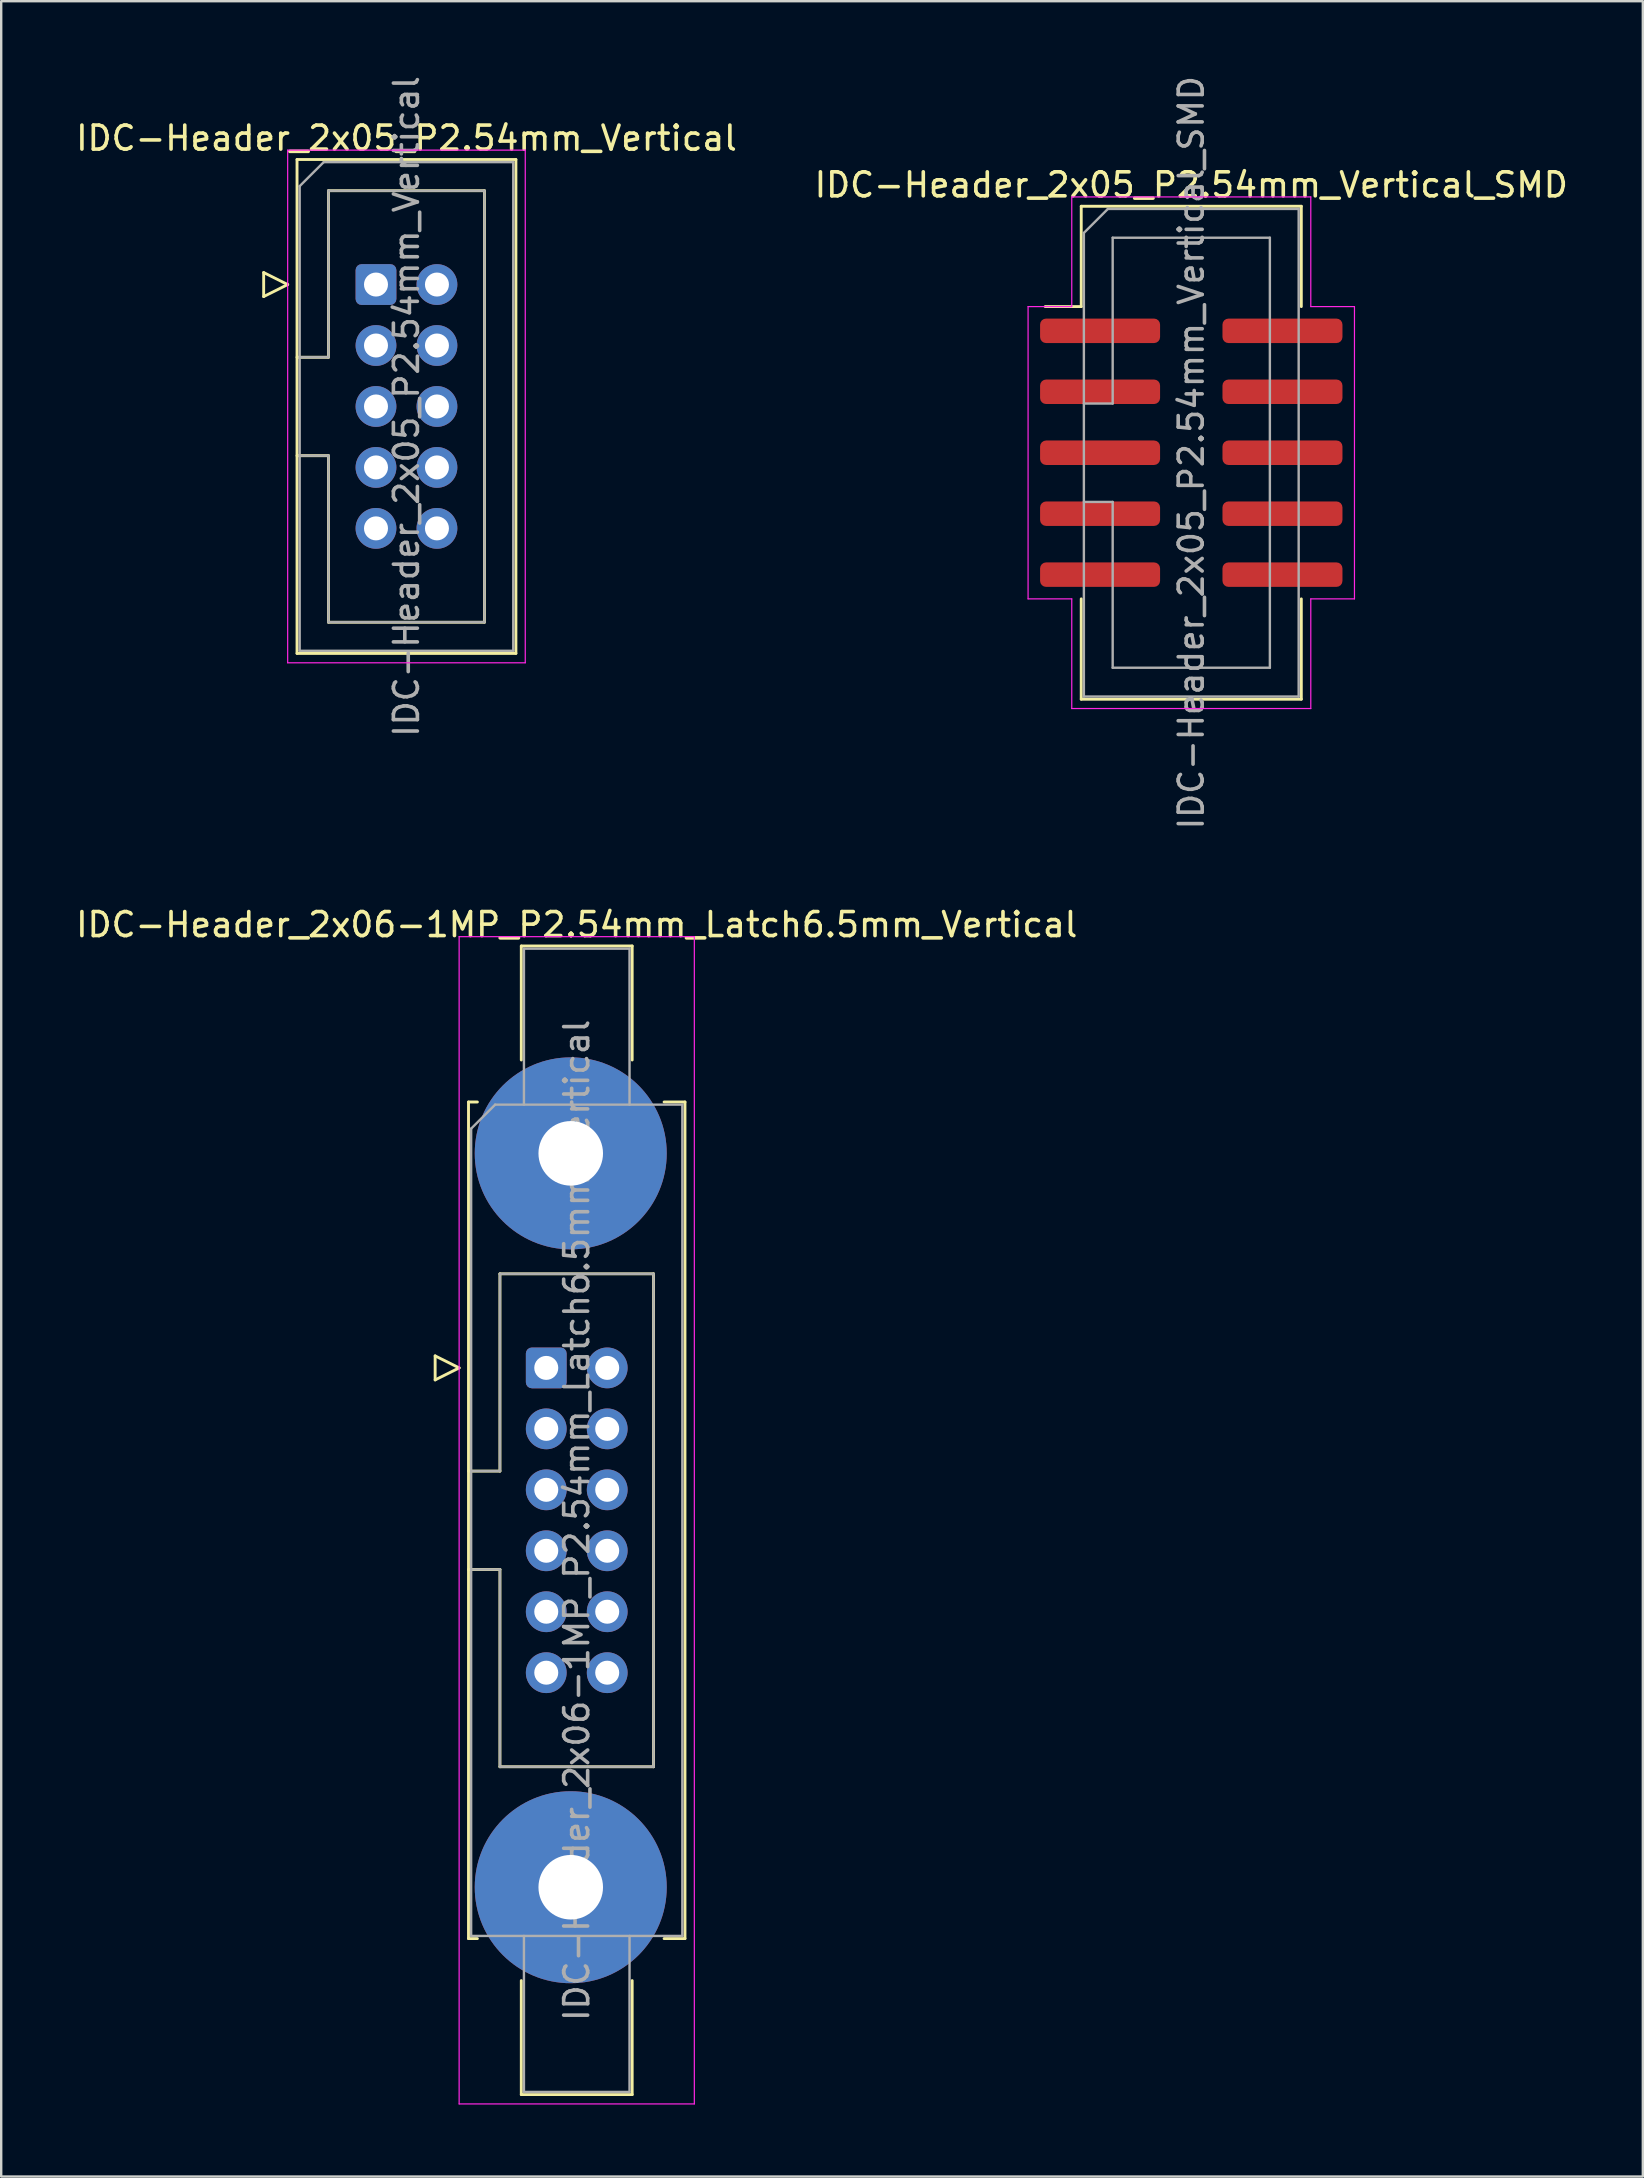
<source format=kicad_pcb>
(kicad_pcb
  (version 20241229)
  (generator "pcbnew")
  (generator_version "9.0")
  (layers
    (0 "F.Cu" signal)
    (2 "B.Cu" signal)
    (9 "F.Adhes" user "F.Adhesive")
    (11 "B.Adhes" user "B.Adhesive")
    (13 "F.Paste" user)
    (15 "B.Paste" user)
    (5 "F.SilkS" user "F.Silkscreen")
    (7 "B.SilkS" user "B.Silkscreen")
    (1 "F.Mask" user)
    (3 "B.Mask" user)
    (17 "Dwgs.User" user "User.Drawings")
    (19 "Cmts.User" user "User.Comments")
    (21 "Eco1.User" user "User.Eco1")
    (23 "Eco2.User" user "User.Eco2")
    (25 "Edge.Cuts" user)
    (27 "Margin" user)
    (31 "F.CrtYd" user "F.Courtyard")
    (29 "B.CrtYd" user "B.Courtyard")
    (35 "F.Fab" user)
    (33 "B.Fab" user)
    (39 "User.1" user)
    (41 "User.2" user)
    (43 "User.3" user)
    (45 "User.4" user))
  (footprint "IDC-Header_2x05_P2.54mm_Vertical"
    (layer "F.Cu")
    (at 12.617 8.807)
    (property "Reference" "IDC-Header_2x05_P2.54mm_Vertical" (at 1.27 -6.1 0) (layer "F.SilkS") (effects (font (size 1 1) (thickness 0.15))))
    (attr through_hole)
    (fp_line (start -4.68 -0.5) (end -4.68 0.5) (stroke (width 0.12) (type solid)) (layer "F.SilkS"))
    (fp_line (start -4.68 0.5) (end -3.68 0) (stroke (width 0.12) (type solid)) (layer "F.SilkS"))
    (fp_line (start -3.68 0) (end -4.68 -0.5) (stroke (width 0.12) (type solid)) (layer "F.SilkS"))
    (fp_line (start -3.29 -5.21) (end 5.83 -5.21) (stroke (width 0.12) (type solid)) (layer "F.SilkS"))
    (fp_line (start -3.29 3.03) (end -1.98 3.03) (stroke (width 0.12) (type solid)) (layer "F.SilkS"))
    (fp_line (start -3.29 15.37) (end -3.29 -5.21) (stroke (width 0.12) (type solid)) (layer "F.SilkS"))
    (fp_line (start -1.98 -3.91) (end 4.52 -3.91) (stroke (width 0.12) (type solid)) (layer "F.SilkS"))
    (fp_line (start -1.98 3.03) (end -1.98 -3.91) (stroke (width 0.12) (type solid)) (layer "F.SilkS"))
    (fp_line (start -1.98 7.13) (end -3.29 7.13) (stroke (width 0.12) (type solid)) (layer "F.SilkS"))
    (fp_line (start -1.98 14.07) (end -1.98 7.13) (stroke (width 0.12) (type solid)) (layer "F.SilkS"))
    (fp_line (start 4.52 -3.91) (end 4.52 14.07) (stroke (width 0.12) (type solid)) (layer "F.SilkS"))
    (fp_line (start 4.52 14.07) (end -1.98 14.07) (stroke (width 0.12) (type solid)) (layer "F.SilkS"))
    (fp_line (start 5.83 -5.21) (end 5.83 15.37) (stroke (width 0.12) (type solid)) (layer "F.SilkS"))
    (fp_line (start 5.83 15.37) (end -3.29 15.37) (stroke (width 0.12) (type solid)) (layer "F.SilkS"))
    (fp_line (start -3.68 -5.6) (end -3.68 15.76) (stroke (width 0.05) (type solid)) (layer "F.CrtYd"))
    (fp_line (start -3.68 15.76) (end 6.22 15.76) (stroke (width 0.05) (type solid)) (layer "F.CrtYd"))
    (fp_line (start 6.22 -5.6) (end -3.68 -5.6) (stroke (width 0.05) (type solid)) (layer "F.CrtYd"))
    (fp_line (start 6.22 15.76) (end 6.22 -5.6) (stroke (width 0.05) (type solid)) (layer "F.CrtYd"))
    (fp_line (start -3.18 -4.1) (end -2.18 -5.1) (stroke (width 0.1) (type solid)) (layer "F.Fab"))
    (fp_line (start -3.18 3.03) (end -1.98 3.03) (stroke (width 0.1) (type solid)) (layer "F.Fab"))
    (fp_line (start -3.18 15.26) (end -3.18 -4.1) (stroke (width 0.1) (type solid)) (layer "F.Fab"))
    (fp_line (start -2.18 -5.1) (end 5.72 -5.1) (stroke (width 0.1) (type solid)) (layer "F.Fab"))
    (fp_line (start -1.98 -3.91) (end 4.52 -3.91) (stroke (width 0.1) (type solid)) (layer "F.Fab"))
    (fp_line (start -1.98 3.03) (end -1.98 -3.91) (stroke (width 0.1) (type solid)) (layer "F.Fab"))
    (fp_line (start -1.98 7.13) (end -3.18 7.13) (stroke (width 0.1) (type solid)) (layer "F.Fab"))
    (fp_line (start -1.98 14.07) (end -1.98 7.13) (stroke (width 0.1) (type solid)) (layer "F.Fab"))
    (fp_line (start 4.52 -3.91) (end 4.52 14.07) (stroke (width 0.1) (type solid)) (layer "F.Fab"))
    (fp_line (start 4.52 14.07) (end -1.98 14.07) (stroke (width 0.1) (type solid)) (layer "F.Fab"))
    (fp_line (start 5.72 -5.1) (end 5.72 15.26) (stroke (width 0.1) (type solid)) (layer "F.Fab"))
    (fp_line (start 5.72 15.26) (end -3.18 15.26) (stroke (width 0.1) (type solid)) (layer "F.Fab"))
    (fp_text user "${REFERENCE}" (at 1.27 5.08 90) (layer "F.Fab") (effects (font (size 1 1) (thickness 0.15))))
    (pad "1" thru_hole roundrect (at 0 0) (size 1.7 1.7) (drill 1) (layers "*.Cu" "*.Mask") (roundrect_rratio 0.147))
    (pad "2" thru_hole circle (at 2.54 0) (size 1.7 1.7) (drill 1) (layers "*.Cu" "*.Mask"))
    (pad "3" thru_hole circle (at 0 2.54) (size 1.7 1.7) (drill 1) (layers "*.Cu" "*.Mask"))
    (pad "4" thru_hole circle (at 2.54 2.54) (size 1.7 1.7) (drill 1) (layers "*.Cu" "*.Mask"))
    (pad "5" thru_hole circle (at 0 5.08) (size 1.7 1.7) (drill 1) (layers "*.Cu" "*.Mask"))
    (pad "6" thru_hole circle (at 2.54 5.08) (size 1.7 1.7) (drill 1) (layers "*.Cu" "*.Mask"))
    (pad "7" thru_hole circle (at 0 7.62) (size 1.7 1.7) (drill 1) (layers "*.Cu" "*.Mask"))
    (pad "8" thru_hole circle (at 2.54 7.62) (size 1.7 1.7) (drill 1) (layers "*.Cu" "*.Mask"))
    (pad "9" thru_hole circle (at 0 10.16) (size 1.7 1.7) (drill 1) (layers "*.Cu" "*.Mask"))
    (pad "10" thru_hole circle (at 2.54 10.16) (size 1.7 1.7) (drill 1) (layers "*.Cu" "*.Mask")))
  (footprint "IDC-Header_2x06-1MP_P2.54mm_Latch6.5mm_Vertical"
    (layer "F.Cu")
    (at 19.712 53.949)
    (property "Reference" "IDC-Header_2x06-1MP_P2.54mm_Latch6.5mm_Vertical" (at 1.27 -18.47 0) (layer "F.SilkS") (effects (font (size 1 1) (thickness 0.15))))
    (attr through_hole)
    (fp_line (start -4.63 -0.5) (end -4.63 0.5) (stroke (width 0.12) (type solid)) (layer "F.SilkS"))
    (fp_line (start -4.63 0.5) (end -3.63 0) (stroke (width 0.12) (type solid)) (layer "F.SilkS"))
    (fp_line (start -3.63 0) (end -4.63 -0.5) (stroke (width 0.12) (type solid)) (layer "F.SilkS"))
    (fp_line (start -3.24 -11.08) (end -3.24 23.78) (stroke (width 0.12) (type solid)) (layer "F.SilkS"))
    (fp_line (start -3.24 4.3) (end -1.93 4.3) (stroke (width 0.12) (type solid)) (layer "F.SilkS"))
    (fp_line (start -3.24 23.78) (end -2.87 23.78) (stroke (width 0.12) (type solid)) (layer "F.SilkS"))
    (fp_line (start -2.87 -11.08) (end -3.24 -11.08) (stroke (width 0.12) (type solid)) (layer "F.SilkS"))
    (fp_line (start -1.93 -3.92) (end 4.47 -3.92) (stroke (width 0.12) (type solid)) (layer "F.SilkS"))
    (fp_line (start -1.93 4.3) (end -1.93 -3.92) (stroke (width 0.12) (type solid)) (layer "F.SilkS"))
    (fp_line (start -1.93 8.4) (end -3.24 8.4) (stroke (width 0.12) (type solid)) (layer "F.SilkS"))
    (fp_line (start -1.93 16.62) (end -1.93 8.4) (stroke (width 0.12) (type solid)) (layer "F.SilkS"))
    (fp_line (start -1.04 -17.58) (end 3.58 -17.58) (stroke (width 0.12) (type solid)) (layer "F.SilkS"))
    (fp_line (start -1.04 -12.83) (end -1.04 -17.58) (stroke (width 0.12) (type solid)) (layer "F.SilkS"))
    (fp_line (start -1.04 25.53) (end -1.04 30.28) (stroke (width 0.12) (type solid)) (layer "F.SilkS"))
    (fp_line (start -1.04 30.28) (end 3.58 30.28) (stroke (width 0.12) (type solid)) (layer "F.SilkS"))
    (fp_line (start 3.58 -17.58) (end 3.58 -12.83) (stroke (width 0.12) (type solid)) (layer "F.SilkS"))
    (fp_line (start 3.58 30.28) (end 3.58 25.53) (stroke (width 0.12) (type solid)) (layer "F.SilkS"))
    (fp_line (start 4.47 -3.92) (end 4.47 16.62) (stroke (width 0.12) (type solid)) (layer "F.SilkS"))
    (fp_line (start 4.47 16.62) (end -1.93 16.62) (stroke (width 0.12) (type solid)) (layer "F.SilkS"))
    (fp_line (start 4.91 -11.08) (end 5.78 -11.08) (stroke (width 0.12) (type solid)) (layer "F.SilkS"))
    (fp_line (start 5.78 -11.08) (end 5.78 23.78) (stroke (width 0.12) (type solid)) (layer "F.SilkS"))
    (fp_line (start 5.78 23.78) (end 4.91 23.78) (stroke (width 0.12) (type solid)) (layer "F.SilkS"))
    (fp_line (start -3.63 -17.97) (end -3.63 30.67) (stroke (width 0.05) (type solid)) (layer "F.CrtYd"))
    (fp_line (start -3.63 30.67) (end 6.17 30.67) (stroke (width 0.05) (type solid)) (layer "F.CrtYd"))
    (fp_line (start 6.17 -17.97) (end -3.63 -17.97) (stroke (width 0.05) (type solid)) (layer "F.CrtYd"))
    (fp_line (start 6.17 30.67) (end 6.17 -17.97) (stroke (width 0.05) (type solid)) (layer "F.CrtYd"))
    (fp_line (start -3.13 -9.97) (end -2.13 -10.97) (stroke (width 0.1) (type solid)) (layer "F.Fab"))
    (fp_line (start -3.13 4.3) (end -1.93 4.3) (stroke (width 0.1) (type solid)) (layer "F.Fab"))
    (fp_line (start -3.13 23.67) (end -3.13 -9.97) (stroke (width 0.1) (type solid)) (layer "F.Fab"))
    (fp_line (start -2.13 -10.97) (end 5.67 -10.97) (stroke (width 0.1) (type solid)) (layer "F.Fab"))
    (fp_line (start -1.93 -3.92) (end 4.47 -3.92) (stroke (width 0.1) (type solid)) (layer "F.Fab"))
    (fp_line (start -1.93 4.3) (end -1.93 -3.92) (stroke (width 0.1) (type solid)) (layer "F.Fab"))
    (fp_line (start -1.93 8.4) (end -3.13 8.4) (stroke (width 0.1) (type solid)) (layer "F.Fab"))
    (fp_line (start -1.93 16.62) (end -1.93 8.4) (stroke (width 0.1) (type solid)) (layer "F.Fab"))
    (fp_line (start -0.93 -17.47) (end 3.47 -17.47) (stroke (width 0.1) (type solid)) (layer "F.Fab"))
    (fp_line (start -0.93 -10.97) (end -0.93 -17.47) (stroke (width 0.1) (type solid)) (layer "F.Fab"))
    (fp_line (start -0.93 23.67) (end -0.93 30.17) (stroke (width 0.1) (type solid)) (layer "F.Fab"))
    (fp_line (start -0.93 30.17) (end 3.47 30.17) (stroke (width 0.1) (type solid)) (layer "F.Fab"))
    (fp_line (start 3.47 -17.47) (end 3.47 -10.97) (stroke (width 0.1) (type solid)) (layer "F.Fab"))
    (fp_line (start 3.47 30.17) (end 3.47 23.67) (stroke (width 0.1) (type solid)) (layer "F.Fab"))
    (fp_line (start 4.47 -3.92) (end 4.47 16.62) (stroke (width 0.1) (type solid)) (layer "F.Fab"))
    (fp_line (start 4.47 16.62) (end -1.93 16.62) (stroke (width 0.1) (type solid)) (layer "F.Fab"))
    (fp_line (start 5.67 -10.97) (end 5.67 23.67) (stroke (width 0.1) (type solid)) (layer "F.Fab"))
    (fp_line (start 5.67 23.67) (end -3.13 23.67) (stroke (width 0.1) (type solid)) (layer "F.Fab"))
    (fp_text user "${REFERENCE}" (at 1.27 6.35 90) (layer "F.Fab") (effects (font (size 1 1) (thickness 0.15))))
    (pad "1" thru_hole roundrect (at 0 0) (size 1.7 1.7) (drill 1) (layers "*.Cu" "*.Mask") (roundrect_rratio 0.147))
    (pad "2" thru_hole circle (at 2.54 0) (size 1.7 1.7) (drill 1) (layers "*.Cu" "*.Mask"))
    (pad "3" thru_hole circle (at 0 2.54) (size 1.7 1.7) (drill 1) (layers "*.Cu" "*.Mask"))
    (pad "4" thru_hole circle (at 2.54 2.54) (size 1.7 1.7) (drill 1) (layers "*.Cu" "*.Mask"))
    (pad "5" thru_hole circle (at 0 5.08) (size 1.7 1.7) (drill 1) (layers "*.Cu" "*.Mask"))
    (pad "6" thru_hole circle (at 2.54 5.08) (size 1.7 1.7) (drill 1) (layers "*.Cu" "*.Mask"))
    (pad "7" thru_hole circle (at 0 7.62) (size 1.7 1.7) (drill 1) (layers "*.Cu" "*.Mask"))
    (pad "8" thru_hole circle (at 2.54 7.62) (size 1.7 1.7) (drill 1) (layers "*.Cu" "*.Mask"))
    (pad "9" thru_hole circle (at 0 10.16) (size 1.7 1.7) (drill 1) (layers "*.Cu" "*.Mask"))
    (pad "10" thru_hole circle (at 2.54 10.16) (size 1.7 1.7) (drill 1) (layers "*.Cu" "*.Mask"))
    (pad "11" thru_hole circle (at 0 12.7) (size 1.7 1.7) (drill 1) (layers "*.Cu" "*.Mask"))
    (pad "12" thru_hole circle (at 2.54 12.7) (size 1.7 1.7) (drill 1) (layers "*.Cu" "*.Mask"))
    (pad "MP" thru_hole circle (at 1.02 -8.94) (size 8 8) (drill 2.69) (layers "*.Cu" "*.Mask"))
    (pad "MP" thru_hole circle (at 1.02 21.64) (size 8 8) (drill 2.69) (layers "*.Cu" "*.Mask")))
  (footprint "IDC-Header_2x05_P2.54mm_Vertical_SMD"
    (layer "F.Cu")
    (at 46.589 15.815)
    (property "Reference" "IDC-Header_2x05_P2.54mm_Vertical_SMD" (at 0 -11.16 0) (layer "F.SilkS") (effects (font (size 1 1) (thickness 0.15))))
    (attr smd)
    (fp_line (start -4.585 -10.27) (end 4.585 -10.27) (stroke (width 0.12) (type solid)) (layer "F.SilkS"))
    (fp_line (start -4.585 -6.09) (end -6.085 -6.09) (stroke (width 0.12) (type solid)) (layer "F.SilkS"))
    (fp_line (start -4.585 -6.09) (end -4.585 -10.27) (stroke (width 0.12) (type solid)) (layer "F.SilkS"))
    (fp_line (start -4.585 6.09) (end -4.585 10.27) (stroke (width 0.12) (type solid)) (layer "F.SilkS"))
    (fp_line (start -4.585 10.27) (end 4.585 10.27) (stroke (width 0.12) (type solid)) (layer "F.SilkS"))
    (fp_line (start 4.585 -10.27) (end 4.585 -6.09) (stroke (width 0.12) (type solid)) (layer "F.SilkS"))
    (fp_line (start 4.585 10.27) (end 4.585 6.09) (stroke (width 0.12) (type solid)) (layer "F.SilkS"))
    (fp_line (start -6.8 -6.09) (end -6.8 6.09) (stroke (width 0.05) (type solid)) (layer "F.CrtYd"))
    (fp_line (start -6.8 6.09) (end -4.98 6.09) (stroke (width 0.05) (type solid)) (layer "F.CrtYd"))
    (fp_line (start -4.98 -10.66) (end -4.98 -6.09) (stroke (width 0.05) (type solid)) (layer "F.CrtYd"))
    (fp_line (start -4.98 -6.09) (end -6.8 -6.09) (stroke (width 0.05) (type solid)) (layer "F.CrtYd"))
    (fp_line (start -4.98 6.09) (end -4.98 10.66) (stroke (width 0.05) (type solid)) (layer "F.CrtYd"))
    (fp_line (start -4.98 10.66) (end 4.98 10.66) (stroke (width 0.05) (type solid)) (layer "F.CrtYd"))
    (fp_line (start 4.98 -10.66) (end -4.98 -10.66) (stroke (width 0.05) (type solid)) (layer "F.CrtYd"))
    (fp_line (start 4.98 -6.09) (end 4.98 -10.66) (stroke (width 0.05) (type solid)) (layer "F.CrtYd"))
    (fp_line (start 4.98 6.09) (end 6.8 6.09) (stroke (width 0.05) (type solid)) (layer "F.CrtYd"))
    (fp_line (start 4.98 10.66) (end 4.98 6.09) (stroke (width 0.05) (type solid)) (layer "F.CrtYd"))
    (fp_line (start 6.8 -6.09) (end 4.98 -6.09) (stroke (width 0.05) (type solid)) (layer "F.CrtYd"))
    (fp_line (start 6.8 6.09) (end 6.8 -6.09) (stroke (width 0.05) (type solid)) (layer "F.CrtYd"))
    (fp_line (start -4.475 -9.16) (end -3.475 -10.16) (stroke (width 0.1) (type solid)) (layer "F.Fab"))
    (fp_line (start -4.475 -2.05) (end -3.275 -2.05) (stroke (width 0.1) (type solid)) (layer "F.Fab"))
    (fp_line (start -4.475 10.16) (end -4.475 -9.16) (stroke (width 0.1) (type solid)) (layer "F.Fab"))
    (fp_line (start -3.475 -10.16) (end 4.475 -10.16) (stroke (width 0.1) (type solid)) (layer "F.Fab"))
    (fp_line (start -3.275 -8.96) (end 3.275 -8.96) (stroke (width 0.1) (type solid)) (layer "F.Fab"))
    (fp_line (start -3.275 -2.05) (end -3.275 -8.96) (stroke (width 0.1) (type solid)) (layer "F.Fab"))
    (fp_line (start -3.275 2.05) (end -4.475 2.05) (stroke (width 0.1) (type solid)) (layer "F.Fab"))
    (fp_line (start -3.275 8.96) (end -3.275 2.05) (stroke (width 0.1) (type solid)) (layer "F.Fab"))
    (fp_line (start 3.275 -8.96) (end 3.275 8.96) (stroke (width 0.1) (type solid)) (layer "F.Fab"))
    (fp_line (start 3.275 8.96) (end -3.275 8.96) (stroke (width 0.1) (type solid)) (layer "F.Fab"))
    (fp_line (start 4.475 -10.16) (end 4.475 10.16) (stroke (width 0.1) (type solid)) (layer "F.Fab"))
    (fp_line (start 4.475 10.16) (end -4.475 10.16) (stroke (width 0.1) (type solid)) (layer "F.Fab"))
    (fp_text user "${REFERENCE}" (at 0 0 90) (layer "F.Fab") (effects (font (size 1 1) (thickness 0.15))))
    (pad "1" smd roundrect (at -3.8 -5.08) (size 5 1.02) (layers "F.Cu" "F.Mask" "F.Paste") (roundrect_rratio 0.245))
    (pad "2" smd roundrect (at 3.8 -5.08) (size 5 1.02) (layers "F.Cu" "F.Mask" "F.Paste") (roundrect_rratio 0.245))
    (pad "3" smd roundrect (at -3.8 -2.54) (size 5 1.02) (layers "F.Cu" "F.Mask" "F.Paste") (roundrect_rratio 0.245))
    (pad "4" smd roundrect (at 3.8 -2.54) (size 5 1.02) (layers "F.Cu" "F.Mask" "F.Paste") (roundrect_rratio 0.245))
    (pad "5" smd roundrect (at -3.8 0) (size 5 1.02) (layers "F.Cu" "F.Mask" "F.Paste") (roundrect_rratio 0.245))
    (pad "6" smd roundrect (at 3.8 0) (size 5 1.02) (layers "F.Cu" "F.Mask" "F.Paste") (roundrect_rratio 0.245))
    (pad "7" smd roundrect (at -3.8 2.54) (size 5 1.02) (layers "F.Cu" "F.Mask" "F.Paste") (roundrect_rratio 0.245))
    (pad "8" smd roundrect (at 3.8 2.54) (size 5 1.02) (layers "F.Cu" "F.Mask" "F.Paste") (roundrect_rratio 0.245))
    (pad "9" smd roundrect (at -3.8 5.08) (size 5 1.02) (layers "F.Cu" "F.Mask" "F.Paste") (roundrect_rratio 0.245))
    (pad "10" smd roundrect (at 3.8 5.08) (size 5 1.02) (layers "F.Cu" "F.Mask" "F.Paste") (roundrect_rratio 0.245)))
  (gr_rect
    (start -3 -3)
    (end 65.405 87.644)
    (stroke (width 0.1) (type default))
    (fill no)
    (layer "Edge.Cuts")))
</source>
